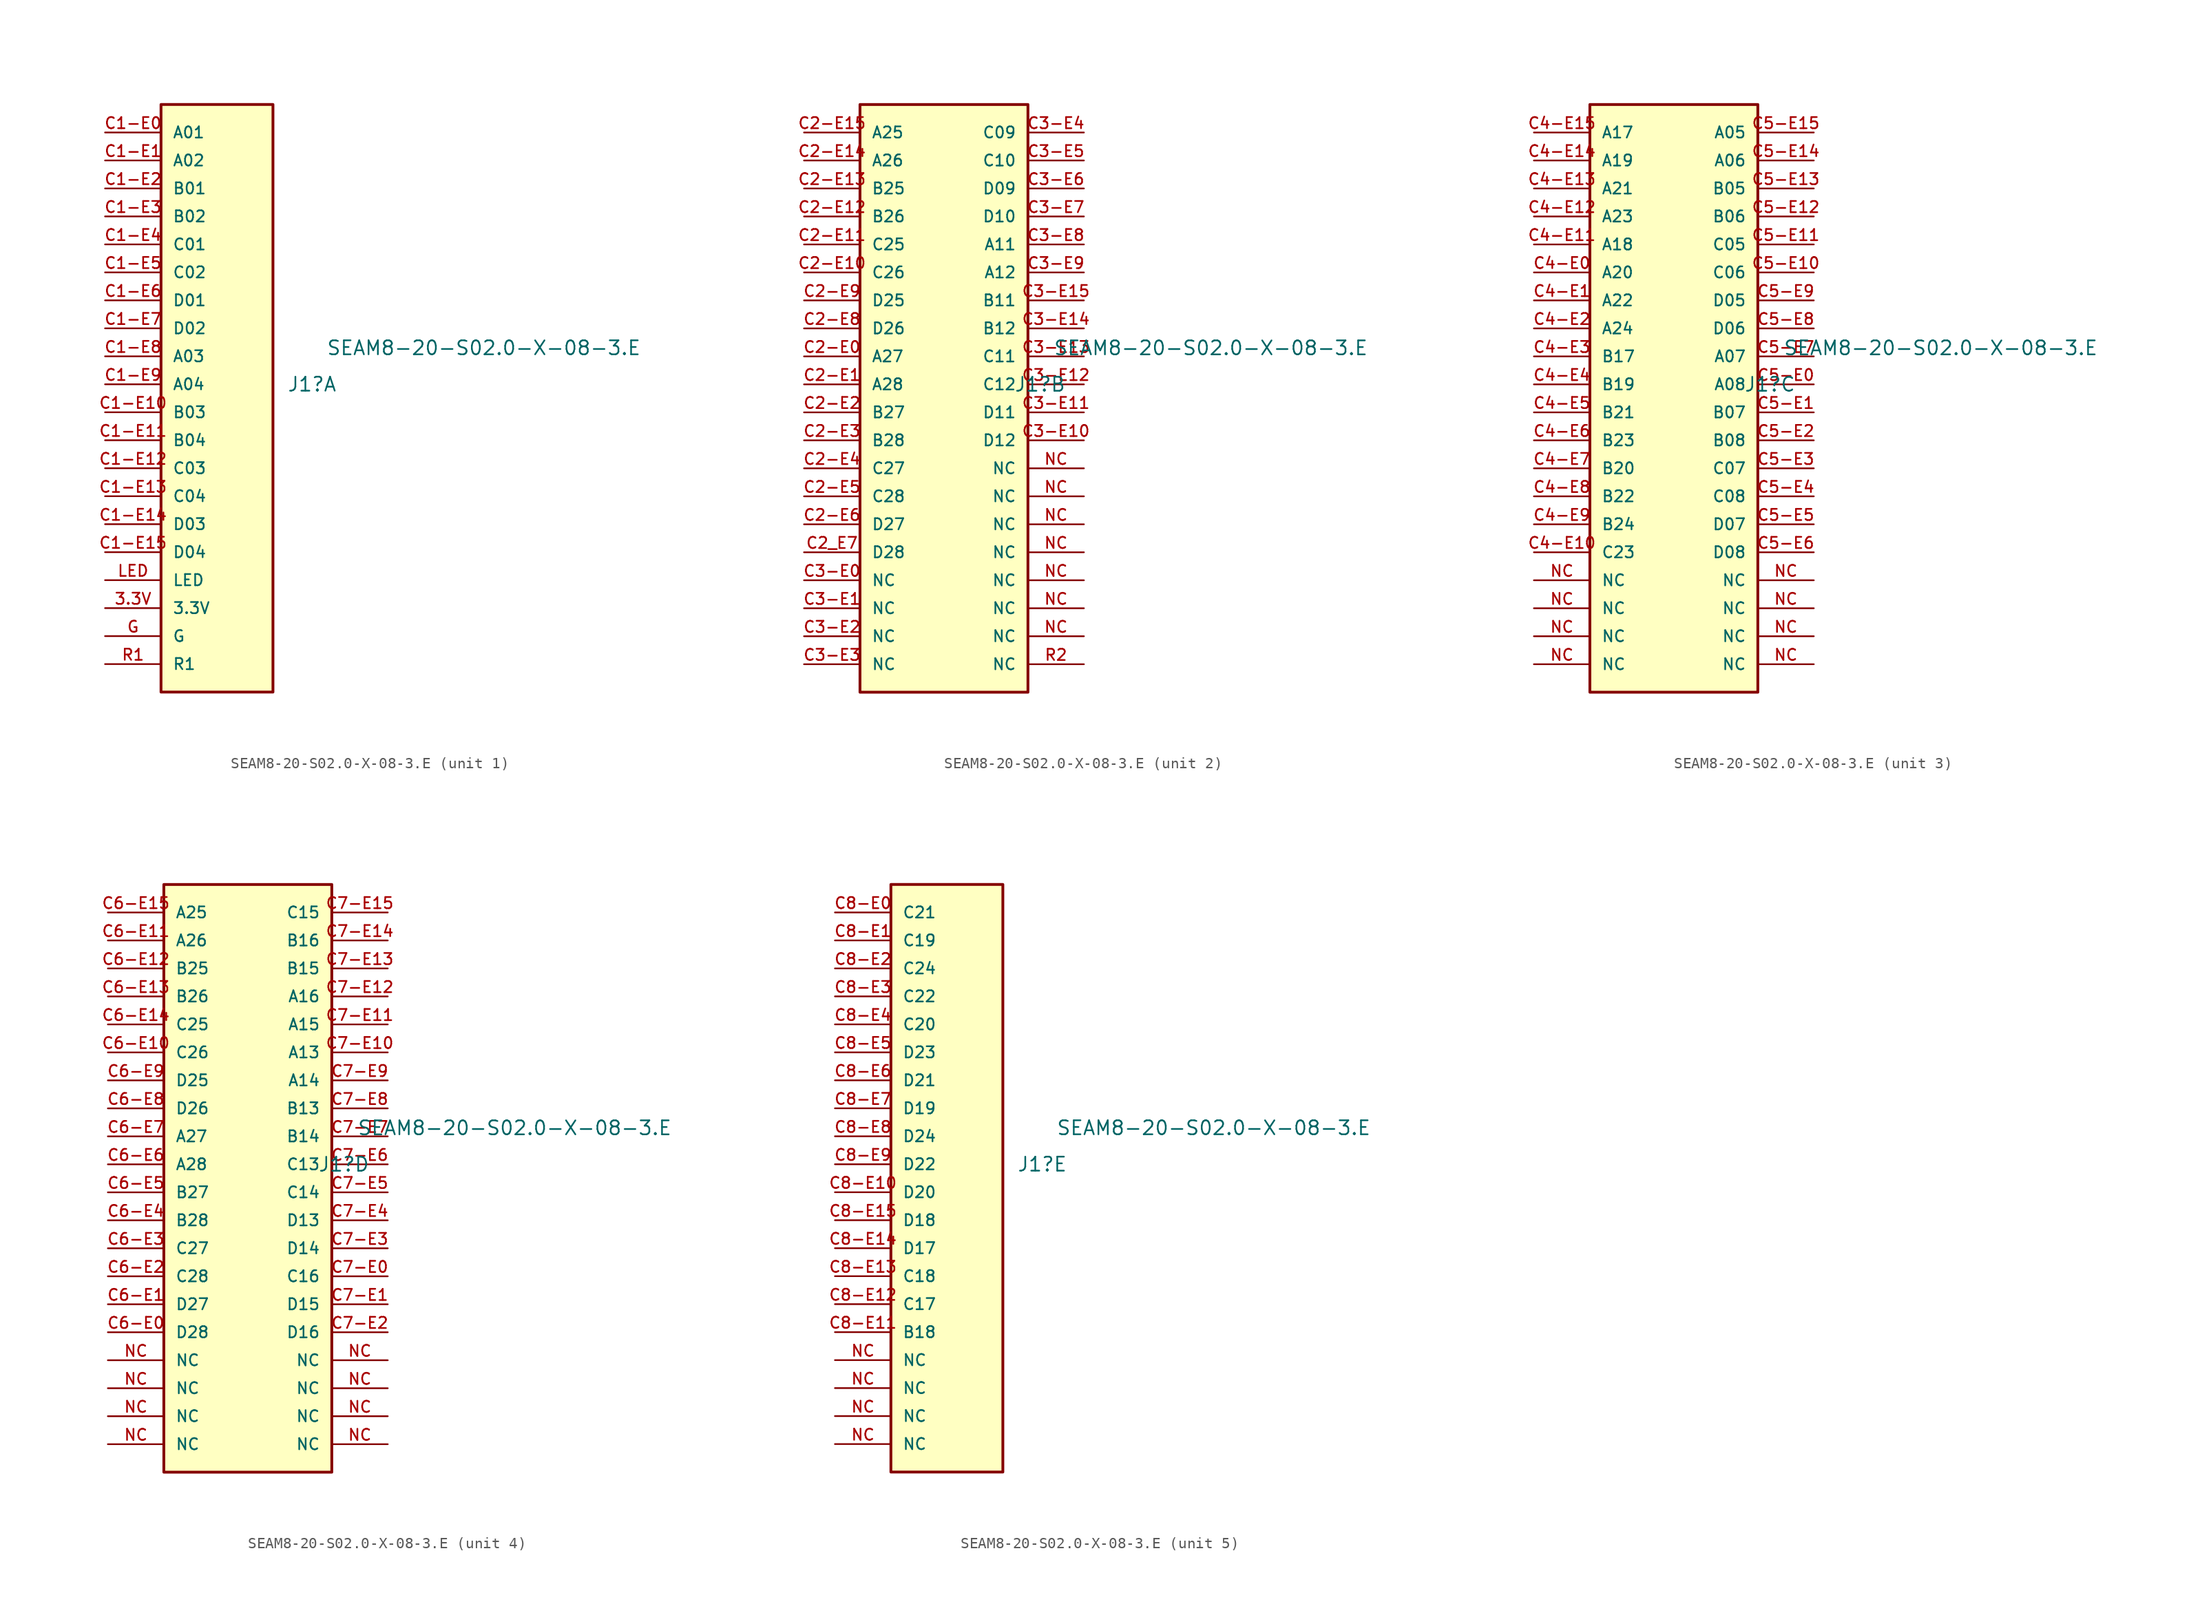
<source format=kicad_sym>
(kicad_symbol_lib
  (version 20241209)
  (generator "kicad_symbol_editor")
  (generator_version "9.0")
  (symbol "SEAM8-20-S02.0-X-08-3.E"
    (pin_names
      (offset 1.016))
    (property "Reference" "J1"
      (at 6.35 2.54 0)
      (effects (font (size 1.27 1.27)) (justify left)))
    (property "Value" "SEAM8-20-S02.0-X-08-3.E"
      (at 9.906 5.842 0)
      (effects (font (size 1.27 1.27)) (justify left)))
    (symbol "SEAM8-20-S02.0-X-08-3.E_1_0"
      (rectangle (start -5.08 27.94) (end 5.08 -25.4) (stroke (width 0.254) (type default)) (fill (type background)))
      (pin passive line (at -10.16 25.4 0) (length 5.08) (name "A01" (effects (font (size 1.016 1.016)))) (number "C1-E0" (effects (font (size 1.016 1.016)))))
      (pin passive line (at -10.16 22.86 0) (length 5.08) (name "A02" (effects (font (size 1.016 1.016)))) (number "C1-E1" (effects (font (size 1.016 1.016)))))
      (pin passive line (at -10.16 20.32 0) (length 5.08) (name "B01" (effects (font (size 1.016 1.016)))) (number "C1-E2" (effects (font (size 1.016 1.016)))))
      (pin passive line (at -10.16 17.78 0) (length 5.08) (name "B02" (effects (font (size 1.016 1.016)))) (number "C1-E3" (effects (font (size 1.016 1.016)))))
      (pin passive line (at -10.16 15.24 0) (length 5.08) (name "C01" (effects (font (size 1.016 1.016)))) (number "C1-E4" (effects (font (size 1.016 1.016)))))
      (pin passive line (at -10.16 12.7 0) (length 5.08) (name "C02" (effects (font (size 1.016 1.016)))) (number "C1-E5" (effects (font (size 1.016 1.016)))))
      (pin passive line (at -10.16 10.16 0) (length 5.08) (name "D01" (effects (font (size 1.016 1.016)))) (number "C1-E6" (effects (font (size 1.016 1.016)))))
      (pin passive line (at -10.16 7.62 0) (length 5.08) (name "D02" (effects (font (size 1.016 1.016)))) (number "C1-E7" (effects (font (size 1.016 1.016)))))
      (pin passive line (at -10.16 5.08 0) (length 5.08) (name "A03" (effects (font (size 1.016 1.016)))) (number "C1-E8" (effects (font (size 1.016 1.016)))))
      (pin passive line (at -10.16 2.54 0) (length 5.08) (name "A04" (effects (font (size 1.016 1.016)))) (number "C1-E9" (effects (font (size 1.016 1.016)))))
      (pin passive line (at -10.16 0 0) (length 5.08) (name "B03" (effects (font (size 1.016 1.016)))) (number "C1-E10" (effects (font (size 1.016 1.016)))))
      (pin passive line (at -10.16 -2.54 0) (length 5.08) (name "B04" (effects (font (size 1.016 1.016)))) (number "C1-E11" (effects (font (size 1.016 1.016)))))
      (pin passive line (at -10.16 -5.08 0) (length 5.08) (name "C03" (effects (font (size 1.016 1.016)))) (number "C1-E12" (effects (font (size 1.016 1.016)))))
      (pin passive line (at -10.16 -7.62 0) (length 5.08) (name "C04" (effects (font (size 1.016 1.016)))) (number "C1-E13" (effects (font (size 1.016 1.016)))))
      (pin passive line (at -10.16 -10.16 0) (length 5.08) (name "D03" (effects (font (size 1.016 1.016)))) (number "C1-E14" (effects (font (size 1.016 1.016)))))
      (pin passive line (at -10.16 -12.7 0) (length 5.08) (name "D04" (effects (font (size 1.016 1.016)))) (number "C1-E15" (effects (font (size 1.016 1.016)))))
      (pin passive line (at -10.16 -15.24 0) (length 5.08) (name "LED" (effects (font (size 1.016 1.016)))) (number "LED" (effects (font (size 1.016 1.016)))))
      (pin passive line (at -10.16 -17.78 0) (length 5.08) (name "3.3V" (effects (font (size 1.016 1.016)))) (number "3.3V" (effects (font (size 1.016 1.016)))))
      (pin passive line (at -10.16 -20.32 0) (length 5.08) (name "G" (effects (font (size 1.016 1.016)))) (number "G" (effects (font (size 1.016 1.016)))))
      (pin passive line (at -10.16 -22.86 0) (length 5.08) (name "R1" (effects (font (size 1.016 1.016)))) (number "R1" (effects (font (size 1.016 1.016))))))
    (symbol "SEAM8-20-S02.0-X-08-3.E_2_0"
      (rectangle (start -7.62 27.94) (end 7.62 -25.4) (stroke (width 0.254) (type default)) (fill (type background)))
      (pin passive line (at -12.7 25.4 0) (length 5.08) (name "A25" (effects (font (size 1.016 1.016)))) (number "C2-E15" (effects (font (size 1.016 1.016)))))
      (pin passive line (at -12.7 22.86 0) (length 5.08) (name "A26" (effects (font (size 1.016 1.016)))) (number "C2-E14" (effects (font (size 1.016 1.016)))))
      (pin passive line (at -12.7 20.32 0) (length 5.08) (name "B25" (effects (font (size 1.016 1.016)))) (number "C2-E13" (effects (font (size 1.016 1.016)))))
      (pin passive line (at -12.7 17.78 0) (length 5.08) (name "B26" (effects (font (size 1.016 1.016)))) (number "C2-E12" (effects (font (size 1.016 1.016)))))
      (pin passive line (at -12.7 15.24 0) (length 5.08) (name "C25" (effects (font (size 1.016 1.016)))) (number "C2-E11" (effects (font (size 1.016 1.016)))))
      (pin passive line (at -12.7 12.7 0) (length 5.08) (name "C26" (effects (font (size 1.016 1.016)))) (number "C2-E10" (effects (font (size 1.016 1.016)))))
      (pin passive line (at -12.7 10.16 0) (length 5.08) (name "D25" (effects (font (size 1.016 1.016)))) (number "C2-E9" (effects (font (size 1.016 1.016)))))
      (pin passive line (at -12.7 7.62 0) (length 5.08) (name "D26" (effects (font (size 1.016 1.016)))) (number "C2-E8" (effects (font (size 1.016 1.016)))))
      (pin passive line (at -12.7 5.08 0) (length 5.08) (name "A27" (effects (font (size 1.016 1.016)))) (number "C2-E0" (effects (font (size 1.016 1.016)))))
      (pin passive line (at -12.7 2.54 0) (length 5.08) (name "A28" (effects (font (size 1.016 1.016)))) (number "C2-E1" (effects (font (size 1.016 1.016)))))
      (pin passive line (at -12.7 0 0) (length 5.08) (name "B27" (effects (font (size 1.016 1.016)))) (number "C2-E2" (effects (font (size 1.016 1.016)))))
      (pin passive line (at -12.7 -2.54 0) (length 5.08) (name "B28" (effects (font (size 1.016 1.016)))) (number "C2-E3" (effects (font (size 1.016 1.016)))))
      (pin passive line (at -12.7 -5.08 0) (length 5.08) (name "C27" (effects (font (size 1.016 1.016)))) (number "C2-E4" (effects (font (size 1.016 1.016)))))
      (pin passive line (at -12.7 -7.62 0) (length 5.08) (name "C28" (effects (font (size 1.016 1.016)))) (number "C2-E5" (effects (font (size 1.016 1.016)))))
      (pin passive line (at -12.7 -10.16 0) (length 5.08) (name "D27" (effects (font (size 1.016 1.016)))) (number "C2-E6" (effects (font (size 1.016 1.016)))))
      (pin passive line (at -12.7 -12.7 0) (length 5.08) (name "D28" (effects (font (size 1.016 1.016)))) (number "C2_E7" (effects (font (size 1.016 1.016)))))
      (pin passive line (at -12.7 -15.24 0) (length 5.08) (name "NC" (effects (font (size 1.016 1.016)))) (number "C3-E0" (effects (font (size 1.016 1.016)))))
      (pin passive line (at -12.7 -17.78 0) (length 5.08) (name "NC" (effects (font (size 1.016 1.016)))) (number "C3-E1" (effects (font (size 1.016 1.016)))))
      (pin passive line (at -12.7 -20.32 0) (length 5.08) (name "NC" (effects (font (size 1.016 1.016)))) (number "C3-E2" (effects (font (size 1.016 1.016)))))
      (pin passive line (at -12.7 -22.86 0) (length 5.08) (name "NC" (effects (font (size 1.016 1.016)))) (number "C3-E3" (effects (font (size 1.016 1.016)))))
      (pin passive line (at 12.7 25.4 180) (length 5.08) (name "C09" (effects (font (size 1.016 1.016)))) (number "C3-E4" (effects (font (size 1.016 1.016)))))
      (pin passive line (at 12.7 22.86 180) (length 5.08) (name "C10" (effects (font (size 1.016 1.016)))) (number "C3-E5" (effects (font (size 1.016 1.016)))))
      (pin passive line (at 12.7 20.32 180) (length 5.08) (name "D09" (effects (font (size 1.016 1.016)))) (number "C3-E6" (effects (font (size 1.016 1.016)))))
      (pin passive line (at 12.7 17.78 180) (length 5.08) (name "D10" (effects (font (size 1.016 1.016)))) (number "C3-E7" (effects (font (size 1.016 1.016)))))
      (pin passive line (at 12.7 15.24 180) (length 5.08) (name "A11" (effects (font (size 1.016 1.016)))) (number "C3-E8" (effects (font (size 1.016 1.016)))))
      (pin passive line (at 12.7 12.7 180) (length 5.08) (name "A12" (effects (font (size 1.016 1.016)))) (number "C3-E9" (effects (font (size 1.016 1.016)))))
      (pin passive line (at 12.7 10.16 180) (length 5.08) (name "B11" (effects (font (size 1.016 1.016)))) (number "C3-E15" (effects (font (size 1.016 1.016)))))
      (pin passive line (at 12.7 7.62 180) (length 5.08) (name "B12" (effects (font (size 1.016 1.016)))) (number "C3-E14" (effects (font (size 1.016 1.016)))))
      (pin passive line (at 12.7 5.08 180) (length 5.08) (name "C11" (effects (font (size 1.016 1.016)))) (number "C3-E13" (effects (font (size 1.016 1.016)))))
      (pin passive line (at 12.7 2.54 180) (length 5.08) (name "C12" (effects (font (size 1.016 1.016)))) (number "C3-E12" (effects (font (size 1.016 1.016)))))
      (pin passive line (at 12.7 0 180) (length 5.08) (name "D11" (effects (font (size 1.016 1.016)))) (number "C3-E11" (effects (font (size 1.016 1.016)))))
      (pin passive line (at 12.7 -2.54 180) (length 5.08) (name "D12" (effects (font (size 1.016 1.016)))) (number "C3-E10" (effects (font (size 1.016 1.016)))))
      (pin passive line (at 12.7 -5.08 180) (length 5.08) (name "NC" (effects (font (size 1.016 1.016)))) (number "NC" (effects (font (size 1.016 1.016)))))
      (pin passive line (at 12.7 -7.62 180) (length 5.08) (name "NC" (effects (font (size 1.016 1.016)))) (number "NC" (effects (font (size 1.016 1.016)))))
      (pin passive line (at 12.7 -10.16 180) (length 5.08) (name "NC" (effects (font (size 1.016 1.016)))) (number "NC" (effects (font (size 1.016 1.016)))))
      (pin passive line (at 12.7 -12.7 180) (length 5.08) (name "NC" (effects (font (size 1.016 1.016)))) (number "NC" (effects (font (size 1.016 1.016)))))
      (pin passive line (at 12.7 -15.24 180) (length 5.08) (name "NC" (effects (font (size 1.016 1.016)))) (number "NC" (effects (font (size 1.016 1.016)))))
      (pin passive line (at 12.7 -17.78 180) (length 5.08) (name "NC" (effects (font (size 1.016 1.016)))) (number "NC" (effects (font (size 1.016 1.016)))))
      (pin passive line (at 12.7 -20.32 180) (length 5.08) (name "NC" (effects (font (size 1.016 1.016)))) (number "NC" (effects (font (size 1.016 1.016)))))
      (pin passive line (at 12.7 -22.86 180) (length 5.08) (name "NC" (effects (font (size 1.016 1.016)))) (number "R2" (effects (font (size 1.016 1.016))))))
    (symbol "SEAM8-20-S02.0-X-08-3.E_3_0"
      (rectangle (start -7.62 27.94) (end 7.62 -25.4) (stroke (width 0.254) (type default)) (fill (type background)))
      (pin passive line (at -12.7 25.4 0) (length 5.08) (name "A17" (effects (font (size 1.016 1.016)))) (number "C4-E15" (effects (font (size 1.016 1.016)))))
      (pin passive line (at -12.7 22.86 0) (length 5.08) (name "A19" (effects (font (size 1.016 1.016)))) (number "C4-E14" (effects (font (size 1.016 1.016)))))
      (pin passive line (at -12.7 20.32 0) (length 5.08) (name "A21" (effects (font (size 1.016 1.016)))) (number "C4-E13" (effects (font (size 1.016 1.016)))))
      (pin passive line (at -12.7 17.78 0) (length 5.08) (name "A23" (effects (font (size 1.016 1.016)))) (number "C4-E12" (effects (font (size 1.016 1.016)))))
      (pin passive line (at -12.7 15.24 0) (length 5.08) (name "A18" (effects (font (size 1.016 1.016)))) (number "C4-E11" (effects (font (size 1.016 1.016)))))
      (pin passive line (at -12.7 12.7 0) (length 5.08) (name "A20" (effects (font (size 1.016 1.016)))) (number "C4-E0" (effects (font (size 1.016 1.016)))))
      (pin passive line (at -12.7 10.16 0) (length 5.08) (name "A22" (effects (font (size 1.016 1.016)))) (number "C4-E1" (effects (font (size 1.016 1.016)))))
      (pin passive line (at -12.7 7.62 0) (length 5.08) (name "A24" (effects (font (size 1.016 1.016)))) (number "C4-E2" (effects (font (size 1.016 1.016)))))
      (pin passive line (at -12.7 5.08 0) (length 5.08) (name "B17" (effects (font (size 1.016 1.016)))) (number "C4-E3" (effects (font (size 1.016 1.016)))))
      (pin passive line (at -12.7 2.54 0) (length 5.08) (name "B19" (effects (font (size 1.016 1.016)))) (number "C4-E4" (effects (font (size 1.016 1.016)))))
      (pin passive line (at -12.7 0 0) (length 5.08) (name "B21" (effects (font (size 1.016 1.016)))) (number "C4-E5" (effects (font (size 1.016 1.016)))))
      (pin passive line (at -12.7 -2.54 0) (length 5.08) (name "B23" (effects (font (size 1.016 1.016)))) (number "C4-E6" (effects (font (size 1.016 1.016)))))
      (pin passive line (at -12.7 -5.08 0) (length 5.08) (name "B20" (effects (font (size 1.016 1.016)))) (number "C4-E7" (effects (font (size 1.016 1.016)))))
      (pin passive line (at -12.7 -7.62 0) (length 5.08) (name "B22" (effects (font (size 1.016 1.016)))) (number "C4-E8" (effects (font (size 1.016 1.016)))))
      (pin passive line (at -12.7 -10.16 0) (length 5.08) (name "B24" (effects (font (size 1.016 1.016)))) (number "C4-E9" (effects (font (size 1.016 1.016)))))
      (pin passive line (at -12.7 -12.7 0) (length 5.08) (name "C23" (effects (font (size 1.016 1.016)))) (number "C4-E10" (effects (font (size 1.016 1.016)))))
      (pin passive line (at -12.7 -15.24 0) (length 5.08) (name "NC" (effects (font (size 1.016 1.016)))) (number "NC" (effects (font (size 1.016 1.016)))))
      (pin passive line (at -12.7 -17.78 0) (length 5.08) (name "NC" (effects (font (size 1.016 1.016)))) (number "NC" (effects (font (size 1.016 1.016)))))
      (pin passive line (at -12.7 -20.32 0) (length 5.08) (name "NC" (effects (font (size 1.016 1.016)))) (number "NC" (effects (font (size 1.016 1.016)))))
      (pin passive line (at -12.7 -22.86 0) (length 5.08) (name "NC" (effects (font (size 1.016 1.016)))) (number "NC" (effects (font (size 1.016 1.016)))))
      (pin passive line (at 12.7 25.4 180) (length 5.08) (name "A05" (effects (font (size 1.016 1.016)))) (number "C5-E15" (effects (font (size 1.016 1.016)))))
      (pin passive line (at 12.7 22.86 180) (length 5.08) (name "A06" (effects (font (size 1.016 1.016)))) (number "C5-E14" (effects (font (size 1.016 1.016)))))
      (pin passive line (at 12.7 20.32 180) (length 5.08) (name "B05" (effects (font (size 1.016 1.016)))) (number "C5-E13" (effects (font (size 1.016 1.016)))))
      (pin passive line (at 12.7 17.78 180) (length 5.08) (name "B06" (effects (font (size 1.016 1.016)))) (number "C5-E12" (effects (font (size 1.016 1.016)))))
      (pin passive line (at 12.7 15.24 180) (length 5.08) (name "C05" (effects (font (size 1.016 1.016)))) (number "C5-E11" (effects (font (size 1.016 1.016)))))
      (pin passive line (at 12.7 12.7 180) (length 5.08) (name "C06" (effects (font (size 1.016 1.016)))) (number "C5-E10" (effects (font (size 1.016 1.016)))))
      (pin passive line (at 12.7 10.16 180) (length 5.08) (name "D05" (effects (font (size 1.016 1.016)))) (number "C5-E9" (effects (font (size 1.016 1.016)))))
      (pin passive line (at 12.7 7.62 180) (length 5.08) (name "D06" (effects (font (size 1.016 1.016)))) (number "C5-E8" (effects (font (size 1.016 1.016)))))
      (pin passive line (at 12.7 5.08 180) (length 5.08) (name "A07" (effects (font (size 1.016 1.016)))) (number "C5-E7" (effects (font (size 1.016 1.016)))))
      (pin passive line (at 12.7 2.54 180) (length 5.08) (name "A08" (effects (font (size 1.016 1.016)))) (number "C5-E0" (effects (font (size 1.016 1.016)))))
      (pin passive line (at 12.7 0 180) (length 5.08) (name "B07" (effects (font (size 1.016 1.016)))) (number "C5-E1" (effects (font (size 1.016 1.016)))))
      (pin passive line (at 12.7 -2.54 180) (length 5.08) (name "B08" (effects (font (size 1.016 1.016)))) (number "C5-E2" (effects (font (size 1.016 1.016)))))
      (pin passive line (at 12.7 -5.08 180) (length 5.08) (name "C07" (effects (font (size 1.016 1.016)))) (number "C5-E3" (effects (font (size 1.016 1.016)))))
      (pin passive line (at 12.7 -7.62 180) (length 5.08) (name "C08" (effects (font (size 1.016 1.016)))) (number "C5-E4" (effects (font (size 1.016 1.016)))))
      (pin passive line (at 12.7 -10.16 180) (length 5.08) (name "D07" (effects (font (size 1.016 1.016)))) (number "C5-E5" (effects (font (size 1.016 1.016)))))
      (pin passive line (at 12.7 -12.7 180) (length 5.08) (name "D08" (effects (font (size 1.016 1.016)))) (number "C5-E6" (effects (font (size 1.016 1.016)))))
      (pin passive line (at 12.7 -15.24 180) (length 5.08) (name "NC" (effects (font (size 1.016 1.016)))) (number "NC" (effects (font (size 1.016 1.016)))))
      (pin passive line (at 12.7 -17.78 180) (length 5.08) (name "NC" (effects (font (size 1.016 1.016)))) (number "NC" (effects (font (size 1.016 1.016)))))
      (pin passive line (at 12.7 -20.32 180) (length 5.08) (name "NC" (effects (font (size 1.016 1.016)))) (number "NC" (effects (font (size 1.016 1.016)))))
      (pin passive line (at 12.7 -22.86 180) (length 5.08) (name "NC" (effects (font (size 1.016 1.016)))) (number "NC" (effects (font (size 1.016 1.016))))))
    (symbol "SEAM8-20-S02.0-X-08-3.E_4_0"
      (rectangle (start -7.62 27.94) (end 7.62 -25.4) (stroke (width 0.254) (type default)) (fill (type background)))
      (pin passive line (at -12.7 25.4 0) (length 5.08) (name "A25" (effects (font (size 1.016 1.016)))) (number "C6-E15" (effects (font (size 1.016 1.016)))))
      (pin passive line (at -12.7 22.86 0) (length 5.08) (name "A26" (effects (font (size 1.016 1.016)))) (number "C6-E11" (effects (font (size 1.016 1.016)))))
      (pin passive line (at -12.7 20.32 0) (length 5.08) (name "B25" (effects (font (size 1.016 1.016)))) (number "C6-E12" (effects (font (size 1.016 1.016)))))
      (pin passive line (at -12.7 17.78 0) (length 5.08) (name "B26" (effects (font (size 1.016 1.016)))) (number "C6-E13" (effects (font (size 1.016 1.016)))))
      (pin passive line (at -12.7 15.24 0) (length 5.08) (name "C25" (effects (font (size 1.016 1.016)))) (number "C6-E14" (effects (font (size 1.016 1.016)))))
      (pin passive line (at -12.7 12.7 0) (length 5.08) (name "C26" (effects (font (size 1.016 1.016)))) (number "C6-E10" (effects (font (size 1.016 1.016)))))
      (pin passive line (at -12.7 10.16 0) (length 5.08) (name "D25" (effects (font (size 1.016 1.016)))) (number "C6-E9" (effects (font (size 1.016 1.016)))))
      (pin passive line (at -12.7 7.62 0) (length 5.08) (name "D26" (effects (font (size 1.016 1.016)))) (number "C6-E8" (effects (font (size 1.016 1.016)))))
      (pin passive line (at -12.7 5.08 0) (length 5.08) (name "A27" (effects (font (size 1.016 1.016)))) (number "C6-E7" (effects (font (size 1.016 1.016)))))
      (pin passive line (at -12.7 2.54 0) (length 5.08) (name "A28" (effects (font (size 1.016 1.016)))) (number "C6-E6" (effects (font (size 1.016 1.016)))))
      (pin passive line (at -12.7 0 0) (length 5.08) (name "B27" (effects (font (size 1.016 1.016)))) (number "C6-E5" (effects (font (size 1.016 1.016)))))
      (pin passive line (at -12.7 -2.54 0) (length 5.08) (name "B28" (effects (font (size 1.016 1.016)))) (number "C6-E4" (effects (font (size 1.016 1.016)))))
      (pin passive line (at -12.7 -5.08 0) (length 5.08) (name "C27" (effects (font (size 1.016 1.016)))) (number "C6-E3" (effects (font (size 1.016 1.016)))))
      (pin passive line (at -12.7 -7.62 0) (length 5.08) (name "C28" (effects (font (size 1.016 1.016)))) (number "C6-E2" (effects (font (size 1.016 1.016)))))
      (pin passive line (at -12.7 -10.16 0) (length 5.08) (name "D27" (effects (font (size 1.016 1.016)))) (number "C6-E1" (effects (font (size 1.016 1.016)))))
      (pin passive line (at -12.7 -12.7 0) (length 5.08) (name "D28" (effects (font (size 1.016 1.016)))) (number "C6-E0" (effects (font (size 1.016 1.016)))))
      (pin passive line (at -12.7 -15.24 0) (length 5.08) (name "NC" (effects (font (size 1.016 1.016)))) (number "NC" (effects (font (size 1.016 1.016)))))
      (pin passive line (at -12.7 -17.78 0) (length 5.08) (name "NC" (effects (font (size 1.016 1.016)))) (number "NC" (effects (font (size 1.016 1.016)))))
      (pin passive line (at -12.7 -20.32 0) (length 5.08) (name "NC" (effects (font (size 1.016 1.016)))) (number "NC" (effects (font (size 1.016 1.016)))))
      (pin passive line (at -12.7 -22.86 0) (length 5.08) (name "NC" (effects (font (size 1.016 1.016)))) (number "NC" (effects (font (size 1.016 1.016)))))
      (pin passive line (at 12.7 25.4 180) (length 5.08) (name "C15" (effects (font (size 1.016 1.016)))) (number "C7-E15" (effects (font (size 1.016 1.016)))))
      (pin passive line (at 12.7 22.86 180) (length 5.08) (name "B16" (effects (font (size 1.016 1.016)))) (number "C7-E14" (effects (font (size 1.016 1.016)))))
      (pin passive line (at 12.7 20.32 180) (length 5.08) (name "B15" (effects (font (size 1.016 1.016)))) (number "C7-E13" (effects (font (size 1.016 1.016)))))
      (pin passive line (at 12.7 17.78 180) (length 5.08) (name "A16" (effects (font (size 1.016 1.016)))) (number "C7-E12" (effects (font (size 1.016 1.016)))))
      (pin passive line (at 12.7 15.24 180) (length 5.08) (name "A15" (effects (font (size 1.016 1.016)))) (number "C7-E11" (effects (font (size 1.016 1.016)))))
      (pin passive line (at 12.7 12.7 180) (length 5.08) (name "A13" (effects (font (size 1.016 1.016)))) (number "C7-E10" (effects (font (size 1.016 1.016)))))
      (pin passive line (at 12.7 10.16 180) (length 5.08) (name "A14" (effects (font (size 1.016 1.016)))) (number "C7-E9" (effects (font (size 1.016 1.016)))))
      (pin passive line (at 12.7 7.62 180) (length 5.08) (name "B13" (effects (font (size 1.016 1.016)))) (number "C7-E8" (effects (font (size 1.016 1.016)))))
      (pin passive line (at 12.7 5.08 180) (length 5.08) (name "B14" (effects (font (size 1.016 1.016)))) (number "C7-E7" (effects (font (size 1.016 1.016)))))
      (pin passive line (at 12.7 2.54 180) (length 5.08) (name "C13" (effects (font (size 1.016 1.016)))) (number "C7-E6" (effects (font (size 1.016 1.016)))))
      (pin passive line (at 12.7 0 180) (length 5.08) (name "C14" (effects (font (size 1.016 1.016)))) (number "C7-E5" (effects (font (size 1.016 1.016)))))
      (pin passive line (at 12.7 -2.54 180) (length 5.08) (name "D13" (effects (font (size 1.016 1.016)))) (number "C7-E4" (effects (font (size 1.016 1.016)))))
      (pin passive line (at 12.7 -5.08 180) (length 5.08) (name "D14" (effects (font (size 1.016 1.016)))) (number "C7-E3" (effects (font (size 1.016 1.016)))))
      (pin passive line (at 12.7 -7.62 180) (length 5.08) (name "C16" (effects (font (size 1.016 1.016)))) (number "C7-E0" (effects (font (size 1.016 1.016)))))
      (pin passive line (at 12.7 -10.16 180) (length 5.08) (name "D15" (effects (font (size 1.016 1.016)))) (number "C7-E1" (effects (font (size 1.016 1.016)))))
      (pin passive line (at 12.7 -12.7 180) (length 5.08) (name "D16" (effects (font (size 1.016 1.016)))) (number "C7-E2" (effects (font (size 1.016 1.016)))))
      (pin passive line (at 12.7 -15.24 180) (length 5.08) (name "NC" (effects (font (size 1.016 1.016)))) (number "NC" (effects (font (size 1.016 1.016)))))
      (pin passive line (at 12.7 -17.78 180) (length 5.08) (name "NC" (effects (font (size 1.016 1.016)))) (number "NC" (effects (font (size 1.016 1.016)))))
      (pin passive line (at 12.7 -20.32 180) (length 5.08) (name "NC" (effects (font (size 1.016 1.016)))) (number "NC" (effects (font (size 1.016 1.016)))))
      (pin passive line (at 12.7 -22.86 180) (length 5.08) (name "NC" (effects (font (size 1.016 1.016)))) (number "NC" (effects (font (size 1.016 1.016))))))
    (symbol "SEAM8-20-S02.0-X-08-3.E_5_0"
      (rectangle (start -5.08 -25.4) (end 5.08 27.94) (stroke (width 0.254) (type default)) (fill (type background)))
      (pin passive line (at -10.16 25.4 0) (length 5.08) (name "C21" (effects (font (size 1.016 1.016)))) (number "C8-E0" (effects (font (size 1.016 1.016)))))
      (pin passive line (at -10.16 22.86 0) (length 5.08) (name "C19" (effects (font (size 1.016 1.016)))) (number "C8-E1" (effects (font (size 1.016 1.016)))))
      (pin passive line (at -10.16 20.32 0) (length 5.08) (name "C24" (effects (font (size 1.016 1.016)))) (number "C8-E2" (effects (font (size 1.016 1.016)))))
      (pin passive line (at -10.16 17.78 0) (length 5.08) (name "C22" (effects (font (size 1.016 1.016)))) (number "C8-E3" (effects (font (size 1.016 1.016)))))
      (pin passive line (at -10.16 15.24 0) (length 5.08) (name "C20" (effects (font (size 1.016 1.016)))) (number "C8-E4" (effects (font (size 1.016 1.016)))))
      (pin passive line (at -10.16 12.7 0) (length 5.08) (name "D23" (effects (font (size 1.016 1.016)))) (number "C8-E5" (effects (font (size 1.016 1.016)))))
      (pin passive line (at -10.16 10.16 0) (length 5.08) (name "D21" (effects (font (size 1.016 1.016)))) (number "C8-E6" (effects (font (size 1.016 1.016)))))
      (pin passive line (at -10.16 7.62 0) (length 5.08) (name "D19" (effects (font (size 1.016 1.016)))) (number "C8-E7" (effects (font (size 1.016 1.016)))))
      (pin passive line (at -10.16 5.08 0) (length 5.08) (name "D24" (effects (font (size 1.016 1.016)))) (number "C8-E8" (effects (font (size 1.016 1.016)))))
      (pin passive line (at -10.16 2.54 0) (length 5.08) (name "D22" (effects (font (size 1.016 1.016)))) (number "C8-E9" (effects (font (size 1.016 1.016)))))
      (pin passive line (at -10.16 0 0) (length 5.08) (name "D20" (effects (font (size 1.016 1.016)))) (number "C8-E10" (effects (font (size 1.016 1.016)))))
      (pin passive line (at -10.16 -2.54 0) (length 5.08) (name "D18" (effects (font (size 1.016 1.016)))) (number "C8-E15" (effects (font (size 1.016 1.016)))))
      (pin passive line (at -10.16 -5.08 0) (length 5.08) (name "D17" (effects (font (size 1.016 1.016)))) (number "C8-E14" (effects (font (size 1.016 1.016)))))
      (pin passive line (at -10.16 -7.62 0) (length 5.08) (name "C18" (effects (font (size 1.016 1.016)))) (number "C8-E13" (effects (font (size 1.016 1.016)))))
      (pin passive line (at -10.16 -10.16 0) (length 5.08) (name "C17" (effects (font (size 1.016 1.016)))) (number "C8-E12" (effects (font (size 1.016 1.016)))))
      (pin passive line (at -10.16 -12.7 0) (length 5.08) (name "B18" (effects (font (size 1.016 1.016)))) (number "C8-E11" (effects (font (size 1.016 1.016)))))
      (pin passive line (at -10.16 -15.24 0) (length 5.08) (name "NC" (effects (font (size 1.016 1.016)))) (number "NC" (effects (font (size 1.016 1.016)))))
      (pin passive line (at -10.16 -17.78 0) (length 5.08) (name "NC" (effects (font (size 1.016 1.016)))) (number "NC" (effects (font (size 1.016 1.016)))))
      (pin passive line (at -10.16 -20.32 0) (length 5.08) (name "NC" (effects (font (size 1.016 1.016)))) (number "NC" (effects (font (size 1.016 1.016)))))
      (pin passive line (at -10.16 -22.86 0) (length 5.08) (name "NC" (effects (font (size 1.016 1.016)))) (number "NC" (effects (font (size 1.016 1.016))))))))
</source>
